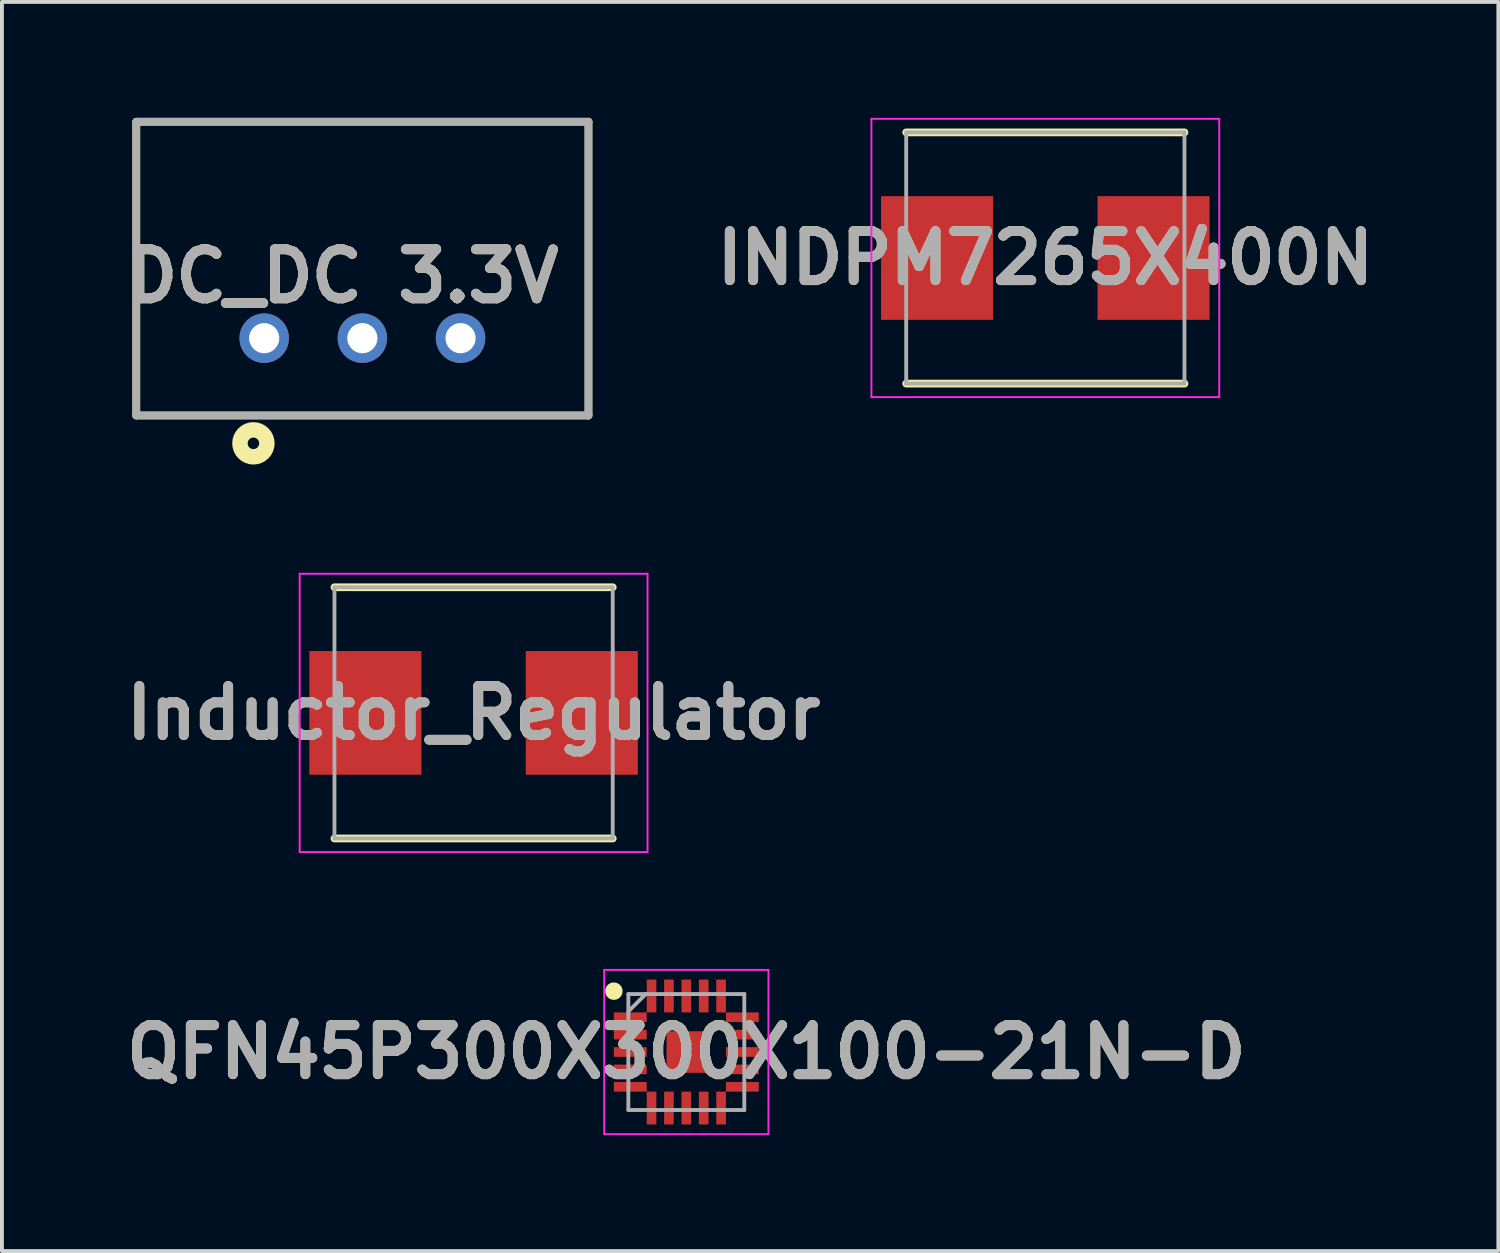
<source format=kicad_pcb>
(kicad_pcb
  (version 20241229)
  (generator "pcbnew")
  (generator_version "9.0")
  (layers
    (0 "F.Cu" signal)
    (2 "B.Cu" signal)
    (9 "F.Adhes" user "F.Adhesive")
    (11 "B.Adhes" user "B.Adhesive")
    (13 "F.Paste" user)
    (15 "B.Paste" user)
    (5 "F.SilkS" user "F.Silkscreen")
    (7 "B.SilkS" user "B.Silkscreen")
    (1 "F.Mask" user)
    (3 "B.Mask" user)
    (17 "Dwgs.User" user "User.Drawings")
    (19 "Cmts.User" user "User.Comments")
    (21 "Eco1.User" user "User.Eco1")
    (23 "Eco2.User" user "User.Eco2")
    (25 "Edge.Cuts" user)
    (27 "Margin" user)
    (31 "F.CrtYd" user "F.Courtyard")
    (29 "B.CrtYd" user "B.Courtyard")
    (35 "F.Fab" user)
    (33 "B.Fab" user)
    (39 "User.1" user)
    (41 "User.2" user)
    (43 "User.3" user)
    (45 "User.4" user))
  (footprint "INDPM7265X400N"
    (layer "F.Cu")
    (at 23.997 3.625)
    (property "Reference" "INDPM7265X400N" (at 0 0 0) (layer "F.SilkS") (effects (font (size 1.27 1.27) (thickness 0.254))))
    (attr smd)
    (fp_line (start -3.6 3.25) (end 3.6 3.25) (stroke (width 0.2) (type solid)) (layer "F.SilkS"))
    (fp_line (start 3.6 -3.25) (end -3.6 -3.25) (stroke (width 0.2) (type solid)) (layer "F.SilkS"))
    (fp_line (start -4.5 -3.6) (end 4.5 -3.6) (stroke (width 0.05) (type solid)) (layer "F.CrtYd"))
    (fp_line (start -4.5 3.6) (end -4.5 -3.6) (stroke (width 0.05) (type solid)) (layer "F.CrtYd"))
    (fp_line (start 4.5 -3.6) (end 4.5 3.6) (stroke (width 0.05) (type solid)) (layer "F.CrtYd"))
    (fp_line (start 4.5 3.6) (end -4.5 3.6) (stroke (width 0.05) (type solid)) (layer "F.CrtYd"))
    (fp_line (start -3.6 -3.25) (end 3.6 -3.25) (stroke (width 0.1) (type solid)) (layer "F.Fab"))
    (fp_line (start -3.6 3.25) (end -3.6 -3.25) (stroke (width 0.1) (type solid)) (layer "F.Fab"))
    (fp_line (start 3.6 -3.25) (end 3.6 3.25) (stroke (width 0.1) (type solid)) (layer "F.Fab"))
    (fp_line (start 3.6 3.25) (end -3.6 3.25) (stroke (width 0.1) (type solid)) (layer "F.Fab"))
    (fp_text user "${REFERENCE}" (at 0 0 0) (layer "F.Fab") (effects (font (size 1.27 1.27) (thickness 0.254))))
    (pad "1" smd rect (at -2.8 0) (size 2.9 3.2) (layers "F.Cu" "F.Mask" "F.Paste"))
    (pad "2" smd rect (at 2.8 0) (size 2.9 3.2) (layers "F.Cu" "F.Mask" "F.Paste")))
  (footprint "DC_DC 3.3V"
    (layer "F.Cu")
    (at 6.326 5.7)
    (property "Reference" "DC_DC 3.3V" (at -0.509 -1.605 0) (layer "F.SilkS") (effects (font (size 1.27 1.27) (thickness 0.254))))
    (attr through_hole)
    (fp_line (start -5.85 -5.6) (end 5.85 -5.6) (stroke (width 0.2) (type solid)) (layer "F.SilkS"))
    (fp_line (start -5.85 2) (end -5.85 -5.6) (stroke (width 0.2) (type solid)) (layer "F.SilkS"))
    (fp_line (start 5.85 -5.6) (end 5.85 2) (stroke (width 0.2) (type solid)) (layer "F.SilkS"))
    (fp_line (start 5.85 2) (end -5.85 2) (stroke (width 0.2) (type solid)) (layer "F.SilkS"))
    (fp_circle (center -2.819 2.721) (end -2.819 2.87) (stroke (width 0.4) (type solid)) (fill no) (layer "F.SilkS"))
    (fp_line (start -5.85 -5.6) (end 5.85 -5.6) (stroke (width 0.2) (type solid)) (layer "F.Fab"))
    (fp_line (start -5.85 2) (end -5.85 -5.6) (stroke (width 0.2) (type solid)) (layer "F.Fab"))
    (fp_line (start 5.85 -5.6) (end 5.85 2) (stroke (width 0.2) (type solid)) (layer "F.Fab"))
    (fp_line (start 5.85 2) (end -5.85 2) (stroke (width 0.2) (type solid)) (layer "F.Fab"))
    (fp_text user "${REFERENCE}" (at -0.509 -1.605 0) (layer "F.Fab") (effects (font (size 1.27 1.27) (thickness 0.254))))
    (pad "1" thru_hole circle (at -2.54 0) (size 1.28 1.28) (drill 0.78) (layers "*.Cu" "*.Mask"))
    (pad "2" thru_hole circle (at 0 0) (size 1.28 1.28) (drill 0.78) (layers "*.Cu" "*.Mask"))
    (pad "3" thru_hole circle (at 2.54 0) (size 1.28 1.28) (drill 0.78) (layers "*.Cu" "*.Mask")))
  (footprint "Inductor_Regulator"
    (layer "F.Cu")
    (at 9.204 15.395)
    (property "Reference" "Inductor_Regulator" (at 0 0 0) (layer "F.SilkS") (effects (font (size 1.27 1.27) (thickness 0.254))))
    (attr smd)
    (fp_line (start -3.6 3.25) (end 3.6 3.25) (stroke (width 0.2) (type solid)) (layer "F.SilkS"))
    (fp_line (start 3.6 -3.25) (end -3.6 -3.25) (stroke (width 0.2) (type solid)) (layer "F.SilkS"))
    (fp_line (start -4.5 -3.6) (end 4.5 -3.6) (stroke (width 0.05) (type solid)) (layer "F.CrtYd"))
    (fp_line (start -4.5 3.6) (end -4.5 -3.6) (stroke (width 0.05) (type solid)) (layer "F.CrtYd"))
    (fp_line (start 4.5 -3.6) (end 4.5 3.6) (stroke (width 0.05) (type solid)) (layer "F.CrtYd"))
    (fp_line (start 4.5 3.6) (end -4.5 3.6) (stroke (width 0.05) (type solid)) (layer "F.CrtYd"))
    (fp_line (start -3.6 -3.25) (end 3.6 -3.25) (stroke (width 0.1) (type solid)) (layer "F.Fab"))
    (fp_line (start -3.6 3.25) (end -3.6 -3.25) (stroke (width 0.1) (type solid)) (layer "F.Fab"))
    (fp_line (start 3.6 -3.25) (end 3.6 3.25) (stroke (width 0.1) (type solid)) (layer "F.Fab"))
    (fp_line (start 3.6 3.25) (end -3.6 3.25) (stroke (width 0.1) (type solid)) (layer "F.Fab"))
    (fp_text user "${REFERENCE}" (at 0 0 0) (layer "F.Fab") (effects (font (size 1.27 1.27) (thickness 0.254))))
    (pad "1" smd rect (at -2.8 0) (size 2.9 3.2) (layers "F.Cu" "F.Mask" "F.Paste"))
    (pad "2" smd rect (at 2.8 0) (size 2.9 3.2) (layers "F.Cu" "F.Mask" "F.Paste")))
  (footprint "QFN45P300X300X100-21N-D"
    (layer "F.Cu")
    (at 14.708 24.17)
    (property "Reference" "QFN45P300X300X100-21N-D" (at 0 0 0) (layer "F.SilkS") (effects (font (size 1.27 1.27) (thickness 0.254))))
    (attr smd)
    (fp_circle (center -1.875 -1.575) (end -1.875 -1.462) (stroke (width 0.225) (type solid)) (fill no) (layer "F.SilkS"))
    (fp_line (start -2.125 -2.125) (end 2.125 -2.125) (stroke (width 0.05) (type solid)) (layer "F.CrtYd"))
    (fp_line (start -2.125 2.125) (end -2.125 -2.125) (stroke (width 0.05) (type solid)) (layer "F.CrtYd"))
    (fp_line (start 2.125 -2.125) (end 2.125 2.125) (stroke (width 0.05) (type solid)) (layer "F.CrtYd"))
    (fp_line (start 2.125 2.125) (end -2.125 2.125) (stroke (width 0.05) (type solid)) (layer "F.CrtYd"))
    (fp_line (start -1.5 -1.5) (end 1.5 -1.5) (stroke (width 0.1) (type solid)) (layer "F.Fab"))
    (fp_line (start -1.5 -1.05) (end -1.05 -1.5) (stroke (width 0.1) (type solid)) (layer "F.Fab"))
    (fp_line (start -1.5 1.5) (end -1.5 -1.5) (stroke (width 0.1) (type solid)) (layer "F.Fab"))
    (fp_line (start 1.5 -1.5) (end 1.5 1.5) (stroke (width 0.1) (type solid)) (layer "F.Fab"))
    (fp_line (start 1.5 1.5) (end -1.5 1.5) (stroke (width 0.1) (type solid)) (layer "F.Fab"))
    (fp_text user "${REFERENCE}" (at 0 0 0) (layer "F.Fab") (effects (font (size 1.27 1.27) (thickness 0.254))))
    (pad "1" smd rect (at -1.45 -0.9 90) (size 0.25 0.85) (layers "F.Cu" "F.Mask" "F.Paste"))
    (pad "2" smd rect (at -1.45 -0.45 90) (size 0.25 0.85) (layers "F.Cu" "F.Mask" "F.Paste"))
    (pad "3" smd rect (at -1.45 0 90) (size 0.25 0.85) (layers "F.Cu" "F.Mask" "F.Paste"))
    (pad "4" smd rect (at -1.45 0.45 90) (size 0.25 0.85) (layers "F.Cu" "F.Mask" "F.Paste"))
    (pad "5" smd rect (at -1.45 0.9 90) (size 0.25 0.85) (layers "F.Cu" "F.Mask" "F.Paste"))
    (pad "6" smd rect (at -0.9 1.45) (size 0.25 0.85) (layers "F.Cu" "F.Mask" "F.Paste"))
    (pad "7" smd rect (at -0.45 1.45) (size 0.25 0.85) (layers "F.Cu" "F.Mask" "F.Paste"))
    (pad "8" smd rect (at 0 1.45) (size 0.25 0.85) (layers "F.Cu" "F.Mask" "F.Paste"))
    (pad "9" smd rect (at 0.45 1.45) (size 0.25 0.85) (layers "F.Cu" "F.Mask" "F.Paste"))
    (pad "10" smd rect (at 0.9 1.45) (size 0.25 0.85) (layers "F.Cu" "F.Mask" "F.Paste"))
    (pad "11" smd rect (at 1.45 0.9 90) (size 0.25 0.85) (layers "F.Cu" "F.Mask" "F.Paste"))
    (pad "12" smd rect (at 1.45 0.45 90) (size 0.25 0.85) (layers "F.Cu" "F.Mask" "F.Paste"))
    (pad "13" smd rect (at 1.45 0 90) (size 0.25 0.85) (layers "F.Cu" "F.Mask" "F.Paste"))
    (pad "14" smd rect (at 1.45 -0.45 90) (size 0.25 0.85) (layers "F.Cu" "F.Mask" "F.Paste"))
    (pad "15" smd rect (at 1.45 -0.9 90) (size 0.25 0.85) (layers "F.Cu" "F.Mask" "F.Paste"))
    (pad "16" smd rect (at 0.9 -1.45) (size 0.25 0.85) (layers "F.Cu" "F.Mask" "F.Paste"))
    (pad "17" smd rect (at 0.45 -1.45) (size 0.25 0.85) (layers "F.Cu" "F.Mask" "F.Paste"))
    (pad "18" smd rect (at 0 -1.45) (size 0.25 0.85) (layers "F.Cu" "F.Mask" "F.Paste"))
    (pad "19" smd rect (at -0.45 -1.45) (size 0.25 0.85) (layers "F.Cu" "F.Mask" "F.Paste"))
    (pad "20" smd rect (at -0.9 -1.45) (size 0.25 0.85) (layers "F.Cu" "F.Mask" "F.Paste"))
    (pad "21" smd rect (at 0 0) (size 1.026 1.075) (layers "F.Cu" "F.Mask" "F.Paste")))
  (gr_rect
    (start -3 -3)
    (end 35.718 29.32)
    (stroke (width 0.1) (type default))
    (fill no)
    (layer "Edge.Cuts")))
</source>
